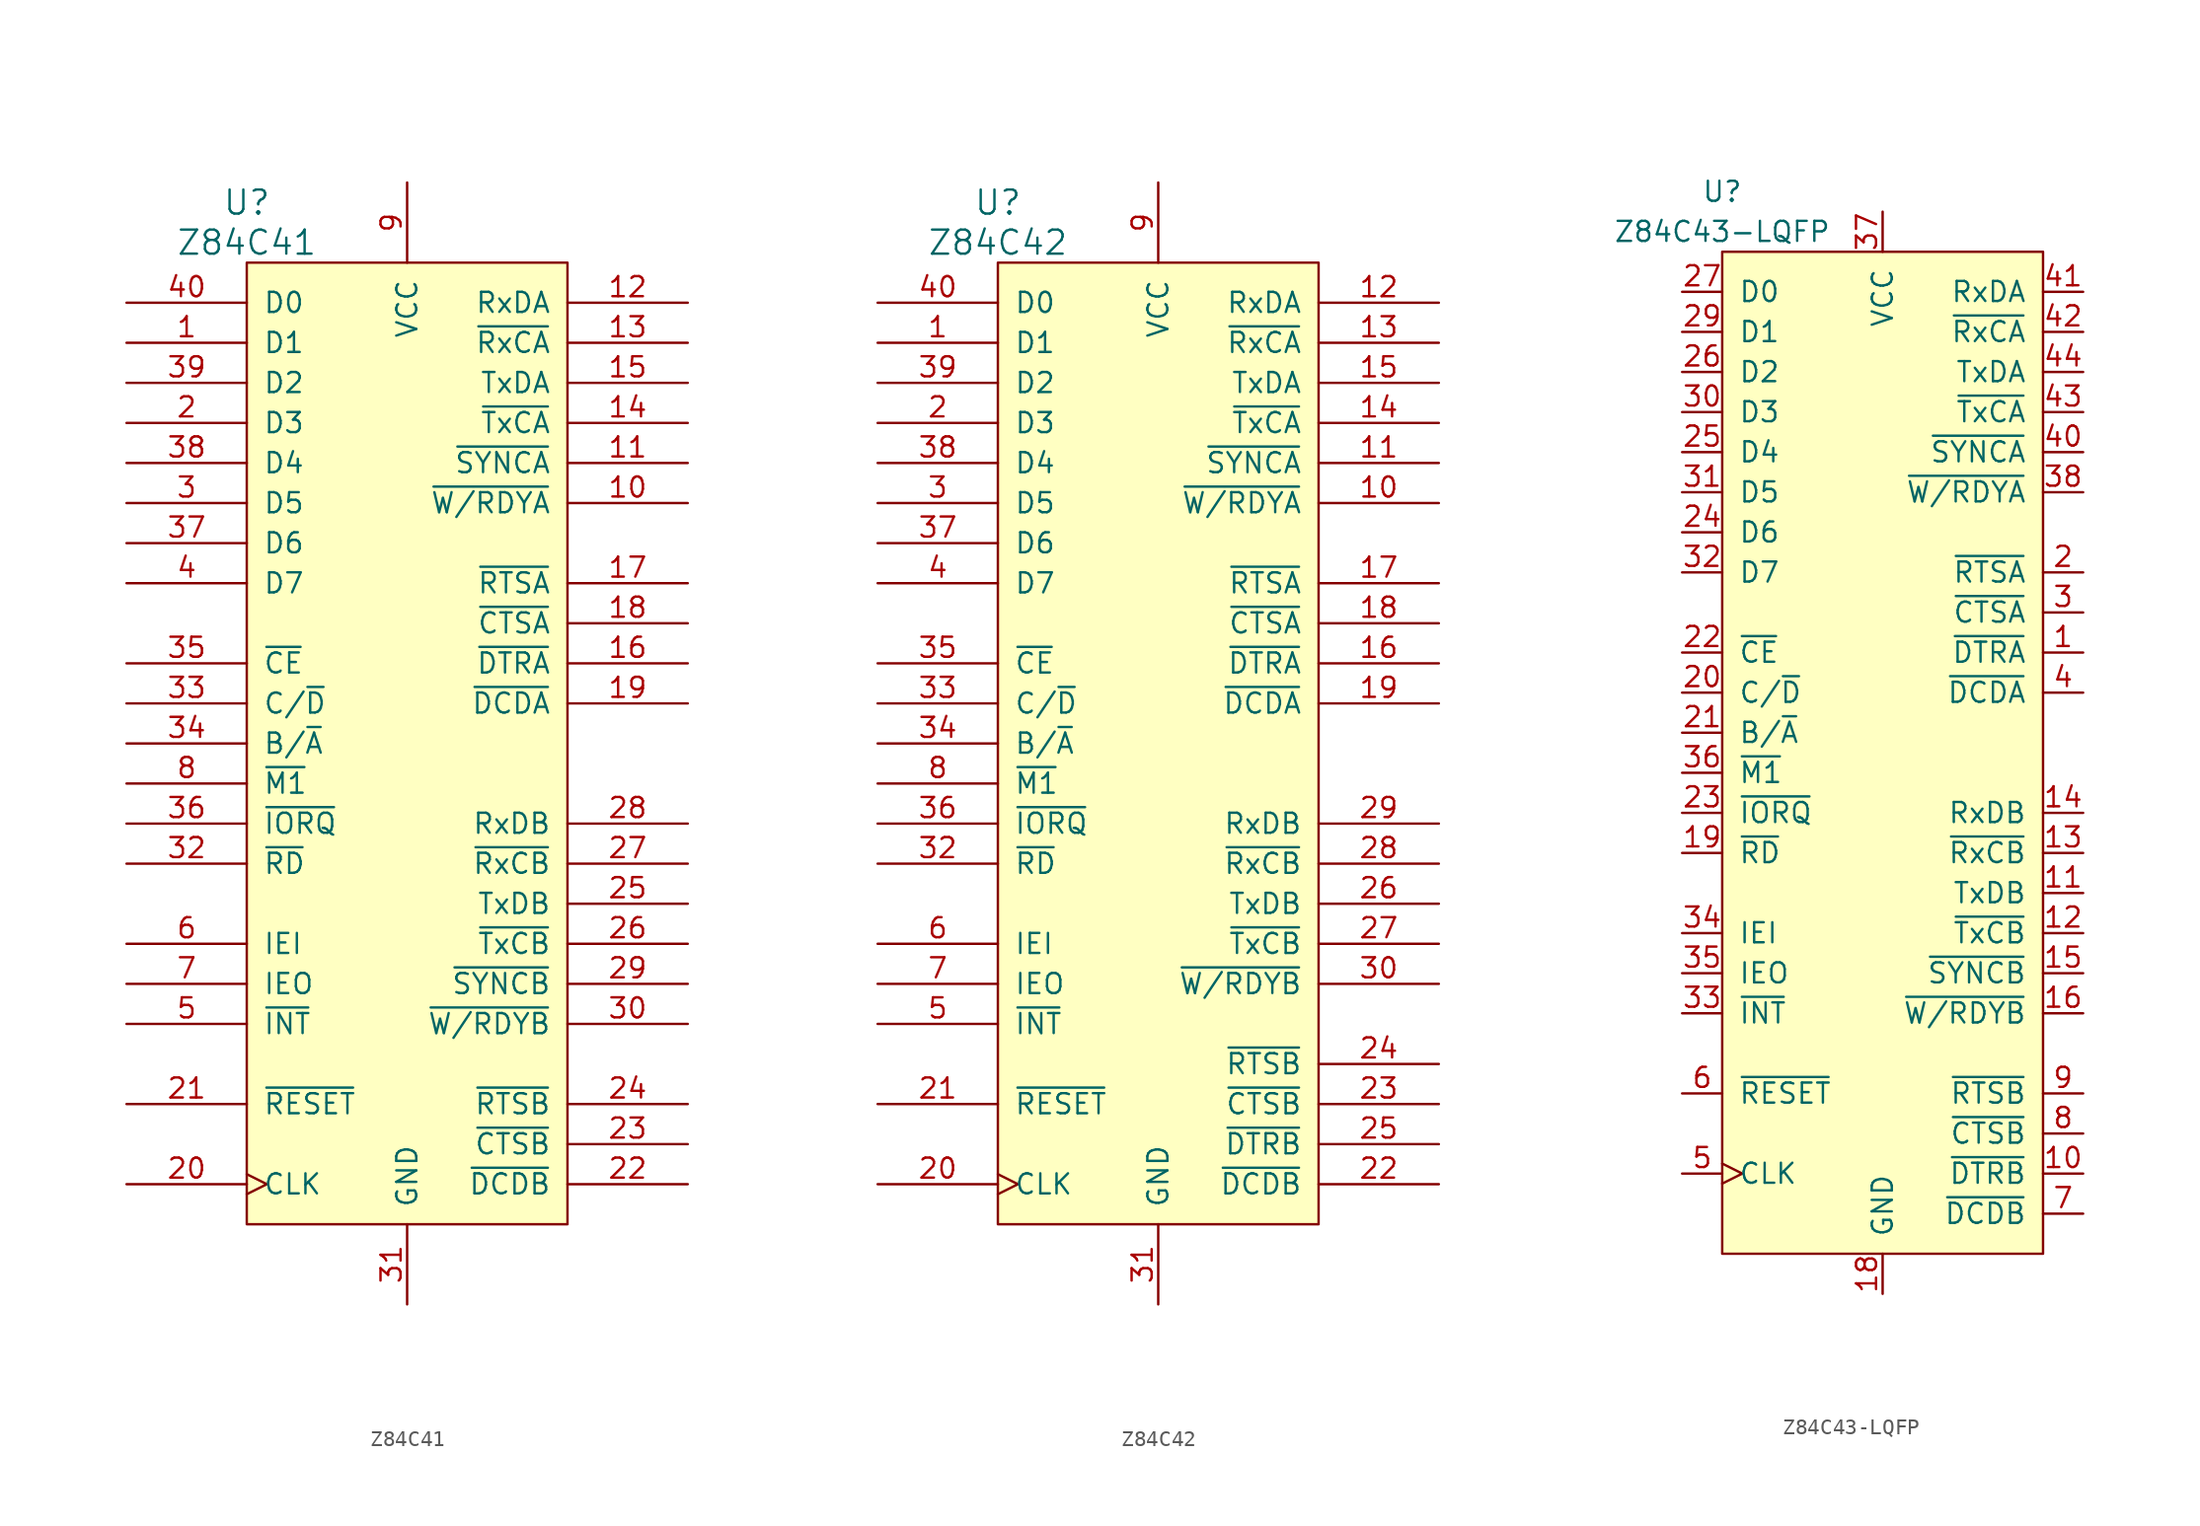
<source format=kicad_sym>
(kicad_symbol_lib
  (version 20211014)
  (generator kicad_symbol_editor)
  (symbol "Z84C41"
    (pin_names
      (offset 1.016))
    (property "Reference" "U"
      (at -10.16 34.29 0)
      (effects (font (size 1.524 1.524))))
    (property "Value" "Z84C41"
      (at -10.16 31.75 0)
      (effects (font (size 1.524 1.524))))
    (property "Footprint" ""
      (at 0 -2.54 0)
      (effects (font (size 1.524 1.524))))
    (property "Datasheet" ""
      (at 0 -2.54 0)
      (effects (font (size 1.524 1.524))))
    (symbol "Z84C41_0_1"
      (rectangle (start -10.16 30.48) (end 10.16 -30.48) (stroke (width 0) (type default) (color 0 0 0 0)) (fill (type background))))
    (symbol "Z84C41_1_1"
      (pin bidirectional line (at -17.78 25.4 0) (length 7.62) (name "D1" (effects (font (size 1.27 1.27)))) (number "1" (effects (font (size 1.27 1.27)))))
      (pin output line (at 17.78 15.24 180) (length 7.62) (name "~{W/RDYA}" (effects (font (size 1.27 1.27)))) (number "10" (effects (font (size 1.27 1.27)))))
      (pin output line (at 17.78 17.78 180) (length 7.62) (name "~{SYNCA}" (effects (font (size 1.27 1.27)))) (number "11" (effects (font (size 1.27 1.27)))))
      (pin input line (at 17.78 27.94 180) (length 7.62) (name "RxDA" (effects (font (size 1.27 1.27)))) (number "12" (effects (font (size 1.27 1.27)))))
      (pin input line (at 17.78 25.4 180) (length 7.62) (name "~{RxCA}" (effects (font (size 1.27 1.27)))) (number "13" (effects (font (size 1.27 1.27)))))
      (pin input line (at 17.78 20.32 180) (length 7.62) (name "~{TxCA}" (effects (font (size 1.27 1.27)))) (number "14" (effects (font (size 1.27 1.27)))))
      (pin output line (at 17.78 22.86 180) (length 7.62) (name "TxDA" (effects (font (size 1.27 1.27)))) (number "15" (effects (font (size 1.27 1.27)))))
      (pin output line (at 17.78 5.08 180) (length 7.62) (name "~{DTRA}" (effects (font (size 1.27 1.27)))) (number "16" (effects (font (size 1.27 1.27)))))
      (pin output line (at 17.78 10.16 180) (length 7.62) (name "~{RTSA}" (effects (font (size 1.27 1.27)))) (number "17" (effects (font (size 1.27 1.27)))))
      (pin input line (at 17.78 7.62 180) (length 7.62) (name "~{CTSA}" (effects (font (size 1.27 1.27)))) (number "18" (effects (font (size 1.27 1.27)))))
      (pin input line (at 17.78 2.54 180) (length 7.62) (name "~{DCDA}" (effects (font (size 1.27 1.27)))) (number "19" (effects (font (size 1.27 1.27)))))
      (pin bidirectional line (at -17.78 20.32 0) (length 7.62) (name "D3" (effects (font (size 1.27 1.27)))) (number "2" (effects (font (size 1.27 1.27)))))
      (pin input clock (at -17.78 -27.94 0) (length 7.62) (name "CLK" (effects (font (size 1.27 1.27)))) (number "20" (effects (font (size 1.27 1.27)))))
      (pin input line (at -17.78 -22.86 0) (length 7.62) (name "~{RESET}" (effects (font (size 1.27 1.27)))) (number "21" (effects (font (size 1.27 1.27)))))
      (pin input line (at 17.78 -27.94 180) (length 7.62) (name "~{DCDB}" (effects (font (size 1.27 1.27)))) (number "22" (effects (font (size 1.27 1.27)))))
      (pin input line (at 17.78 -25.4 180) (length 7.62) (name "~{CTSB}" (effects (font (size 1.27 1.27)))) (number "23" (effects (font (size 1.27 1.27)))))
      (pin output line (at 17.78 -22.86 180) (length 7.62) (name "~{RTSB}" (effects (font (size 1.27 1.27)))) (number "24" (effects (font (size 1.27 1.27)))))
      (pin output line (at 17.78 -10.16 180) (length 7.62) (name "TxDB" (effects (font (size 1.27 1.27)))) (number "25" (effects (font (size 1.27 1.27)))))
      (pin input line (at 17.78 -12.7 180) (length 7.62) (name "~{TxCB}" (effects (font (size 1.27 1.27)))) (number "26" (effects (font (size 1.27 1.27)))))
      (pin input line (at 17.78 -7.62 180) (length 7.62) (name "~{RxCB}" (effects (font (size 1.27 1.27)))) (number "27" (effects (font (size 1.27 1.27)))))
      (pin input line (at 17.78 -5.08 180) (length 7.62) (name "RxDB" (effects (font (size 1.27 1.27)))) (number "28" (effects (font (size 1.27 1.27)))))
      (pin output line (at 17.78 -15.24 180) (length 7.62) (name "~{SYNCB}" (effects (font (size 1.27 1.27)))) (number "29" (effects (font (size 1.27 1.27)))))
      (pin bidirectional line (at -17.78 15.24 0) (length 7.62) (name "D5" (effects (font (size 1.27 1.27)))) (number "3" (effects (font (size 1.27 1.27)))))
      (pin output line (at 17.78 -17.78 180) (length 7.62) (name "~{W/RDYB}" (effects (font (size 1.27 1.27)))) (number "30" (effects (font (size 1.27 1.27)))))
      (pin power_in line (at 0 -35.56 90) (length 5.08) (name "GND" (effects (font (size 1.27 1.27)))) (number "31" (effects (font (size 1.27 1.27)))))
      (pin input line (at -17.78 -7.62 0) (length 7.62) (name "~{RD}" (effects (font (size 1.27 1.27)))) (number "32" (effects (font (size 1.27 1.27)))))
      (pin input line (at -17.78 2.54 0) (length 7.62) (name "C/~{D}" (effects (font (size 1.27 1.27)))) (number "33" (effects (font (size 1.27 1.27)))))
      (pin input line (at -17.78 0 0) (length 7.62) (name "B/~{A}" (effects (font (size 1.27 1.27)))) (number "34" (effects (font (size 1.27 1.27)))))
      (pin input line (at -17.78 5.08 0) (length 7.62) (name "~{CE}" (effects (font (size 1.27 1.27)))) (number "35" (effects (font (size 1.27 1.27)))))
      (pin input line (at -17.78 -5.08 0) (length 7.62) (name "~{IORQ}" (effects (font (size 1.27 1.27)))) (number "36" (effects (font (size 1.27 1.27)))))
      (pin bidirectional line (at -17.78 12.7 0) (length 7.62) (name "D6" (effects (font (size 1.27 1.27)))) (number "37" (effects (font (size 1.27 1.27)))))
      (pin bidirectional line (at -17.78 17.78 0) (length 7.62) (name "D4" (effects (font (size 1.27 1.27)))) (number "38" (effects (font (size 1.27 1.27)))))
      (pin bidirectional line (at -17.78 22.86 0) (length 7.62) (name "D2" (effects (font (size 1.27 1.27)))) (number "39" (effects (font (size 1.27 1.27)))))
      (pin bidirectional line (at -17.78 10.16 0) (length 7.62) (name "D7" (effects (font (size 1.27 1.27)))) (number "4" (effects (font (size 1.27 1.27)))))
      (pin bidirectional line (at -17.78 27.94 0) (length 7.62) (name "D0" (effects (font (size 1.27 1.27)))) (number "40" (effects (font (size 1.27 1.27)))))
      (pin open_collector line (at -17.78 -17.78 0) (length 7.62) (name "~{INT}" (effects (font (size 1.27 1.27)))) (number "5" (effects (font (size 1.27 1.27)))))
      (pin input line (at -17.78 -12.7 0) (length 7.62) (name "IEI" (effects (font (size 1.27 1.27)))) (number "6" (effects (font (size 1.27 1.27)))))
      (pin output line (at -17.78 -15.24 0) (length 7.62) (name "IEO" (effects (font (size 1.27 1.27)))) (number "7" (effects (font (size 1.27 1.27)))))
      (pin input line (at -17.78 -2.54 0) (length 7.62) (name "~{M1}" (effects (font (size 1.27 1.27)))) (number "8" (effects (font (size 1.27 1.27)))))
      (pin power_in line (at 0 35.56 270) (length 5.08) (name "VCC" (effects (font (size 1.27 1.27)))) (number "9" (effects (font (size 1.27 1.27)))))))
  (symbol "Z84C42"
    (pin_names
      (offset 1.016))
    (property "Reference" "U"
      (at -10.16 34.29 0)
      (effects (font (size 1.524 1.524))))
    (property "Value" "Z84C42"
      (at -10.16 31.75 0)
      (effects (font (size 1.524 1.524))))
    (property "Footprint" ""
      (at 0 -2.54 0)
      (effects (font (size 1.524 1.524))))
    (property "Datasheet" ""
      (at 0 -2.54 0)
      (effects (font (size 1.524 1.524))))
    (symbol "Z84C42_0_1"
      (rectangle (start -10.16 30.48) (end 10.16 -30.48) (stroke (width 0) (type default) (color 0 0 0 0)) (fill (type background))))
    (symbol "Z84C42_1_1"
      (pin bidirectional line (at -17.78 25.4 0) (length 7.62) (name "D1" (effects (font (size 1.27 1.27)))) (number "1" (effects (font (size 1.27 1.27)))))
      (pin output line (at 17.78 15.24 180) (length 7.62) (name "~{W/RDYA}" (effects (font (size 1.27 1.27)))) (number "10" (effects (font (size 1.27 1.27)))))
      (pin output line (at 17.78 17.78 180) (length 7.62) (name "~{SYNCA}" (effects (font (size 1.27 1.27)))) (number "11" (effects (font (size 1.27 1.27)))))
      (pin input line (at 17.78 27.94 180) (length 7.62) (name "RxDA" (effects (font (size 1.27 1.27)))) (number "12" (effects (font (size 1.27 1.27)))))
      (pin input line (at 17.78 25.4 180) (length 7.62) (name "~{RxCA}" (effects (font (size 1.27 1.27)))) (number "13" (effects (font (size 1.27 1.27)))))
      (pin input line (at 17.78 20.32 180) (length 7.62) (name "~{TxCA}" (effects (font (size 1.27 1.27)))) (number "14" (effects (font (size 1.27 1.27)))))
      (pin output line (at 17.78 22.86 180) (length 7.62) (name "TxDA" (effects (font (size 1.27 1.27)))) (number "15" (effects (font (size 1.27 1.27)))))
      (pin output line (at 17.78 5.08 180) (length 7.62) (name "~{DTRA}" (effects (font (size 1.27 1.27)))) (number "16" (effects (font (size 1.27 1.27)))))
      (pin output line (at 17.78 10.16 180) (length 7.62) (name "~{RTSA}" (effects (font (size 1.27 1.27)))) (number "17" (effects (font (size 1.27 1.27)))))
      (pin input line (at 17.78 7.62 180) (length 7.62) (name "~{CTSA}" (effects (font (size 1.27 1.27)))) (number "18" (effects (font (size 1.27 1.27)))))
      (pin input line (at 17.78 2.54 180) (length 7.62) (name "~{DCDA}" (effects (font (size 1.27 1.27)))) (number "19" (effects (font (size 1.27 1.27)))))
      (pin bidirectional line (at -17.78 20.32 0) (length 7.62) (name "D3" (effects (font (size 1.27 1.27)))) (number "2" (effects (font (size 1.27 1.27)))))
      (pin input clock (at -17.78 -27.94 0) (length 7.62) (name "CLK" (effects (font (size 1.27 1.27)))) (number "20" (effects (font (size 1.27 1.27)))))
      (pin input line (at -17.78 -22.86 0) (length 7.62) (name "~{RESET}" (effects (font (size 1.27 1.27)))) (number "21" (effects (font (size 1.27 1.27)))))
      (pin input line (at 17.78 -27.94 180) (length 7.62) (name "~{DCDB}" (effects (font (size 1.27 1.27)))) (number "22" (effects (font (size 1.27 1.27)))))
      (pin input line (at 17.78 -22.86 180) (length 7.62) (name "~{CTSB}" (effects (font (size 1.27 1.27)))) (number "23" (effects (font (size 1.27 1.27)))))
      (pin output line (at 17.78 -20.32 180) (length 7.62) (name "~{RTSB}" (effects (font (size 1.27 1.27)))) (number "24" (effects (font (size 1.27 1.27)))))
      (pin output line (at 17.78 -25.4 180) (length 7.62) (name "~{DTRB}" (effects (font (size 1.27 1.27)))) (number "25" (effects (font (size 1.27 1.27)))))
      (pin output line (at 17.78 -10.16 180) (length 7.62) (name "TxDB" (effects (font (size 1.27 1.27)))) (number "26" (effects (font (size 1.27 1.27)))))
      (pin input line (at 17.78 -12.7 180) (length 7.62) (name "~{TxCB}" (effects (font (size 1.27 1.27)))) (number "27" (effects (font (size 1.27 1.27)))))
      (pin input line (at 17.78 -7.62 180) (length 7.62) (name "~{RxCB}" (effects (font (size 1.27 1.27)))) (number "28" (effects (font (size 1.27 1.27)))))
      (pin input line (at 17.78 -5.08 180) (length 7.62) (name "RxDB" (effects (font (size 1.27 1.27)))) (number "29" (effects (font (size 1.27 1.27)))))
      (pin bidirectional line (at -17.78 15.24 0) (length 7.62) (name "D5" (effects (font (size 1.27 1.27)))) (number "3" (effects (font (size 1.27 1.27)))))
      (pin output line (at 17.78 -15.24 180) (length 7.62) (name "~{W/RDYB}" (effects (font (size 1.27 1.27)))) (number "30" (effects (font (size 1.27 1.27)))))
      (pin power_in line (at 0 -35.56 90) (length 5.08) (name "GND" (effects (font (size 1.27 1.27)))) (number "31" (effects (font (size 1.27 1.27)))))
      (pin input line (at -17.78 -7.62 0) (length 7.62) (name "~{RD}" (effects (font (size 1.27 1.27)))) (number "32" (effects (font (size 1.27 1.27)))))
      (pin input line (at -17.78 2.54 0) (length 7.62) (name "C/~{D}" (effects (font (size 1.27 1.27)))) (number "33" (effects (font (size 1.27 1.27)))))
      (pin input line (at -17.78 0 0) (length 7.62) (name "B/~{A}" (effects (font (size 1.27 1.27)))) (number "34" (effects (font (size 1.27 1.27)))))
      (pin input line (at -17.78 5.08 0) (length 7.62) (name "~{CE}" (effects (font (size 1.27 1.27)))) (number "35" (effects (font (size 1.27 1.27)))))
      (pin input line (at -17.78 -5.08 0) (length 7.62) (name "~{IORQ}" (effects (font (size 1.27 1.27)))) (number "36" (effects (font (size 1.27 1.27)))))
      (pin bidirectional line (at -17.78 12.7 0) (length 7.62) (name "D6" (effects (font (size 1.27 1.27)))) (number "37" (effects (font (size 1.27 1.27)))))
      (pin bidirectional line (at -17.78 17.78 0) (length 7.62) (name "D4" (effects (font (size 1.27 1.27)))) (number "38" (effects (font (size 1.27 1.27)))))
      (pin bidirectional line (at -17.78 22.86 0) (length 7.62) (name "D2" (effects (font (size 1.27 1.27)))) (number "39" (effects (font (size 1.27 1.27)))))
      (pin bidirectional line (at -17.78 10.16 0) (length 7.62) (name "D7" (effects (font (size 1.27 1.27)))) (number "4" (effects (font (size 1.27 1.27)))))
      (pin bidirectional line (at -17.78 27.94 0) (length 7.62) (name "D0" (effects (font (size 1.27 1.27)))) (number "40" (effects (font (size 1.27 1.27)))))
      (pin open_collector line (at -17.78 -17.78 0) (length 7.62) (name "~{INT}" (effects (font (size 1.27 1.27)))) (number "5" (effects (font (size 1.27 1.27)))))
      (pin input line (at -17.78 -12.7 0) (length 7.62) (name "IEI" (effects (font (size 1.27 1.27)))) (number "6" (effects (font (size 1.27 1.27)))))
      (pin output line (at -17.78 -15.24 0) (length 7.62) (name "IEO" (effects (font (size 1.27 1.27)))) (number "7" (effects (font (size 1.27 1.27)))))
      (pin input line (at -17.78 -2.54 0) (length 7.62) (name "~{M1}" (effects (font (size 1.27 1.27)))) (number "8" (effects (font (size 1.27 1.27)))))
      (pin power_in line (at 0 35.56 270) (length 5.08) (name "VCC" (effects (font (size 1.27 1.27)))) (number "9" (effects (font (size 1.27 1.27)))))))
  (symbol "Z84C43-LQFP"
    (pin_names
      (offset 1.016))
    (property "Reference" "U"
      (at -10.16 35.56 0)
      (effects (font (size 1.27 1.27))))
    (property "Value" "Z84C43-LQFP"
      (at -10.16 33.02 0)
      (effects (font (size 1.27 1.27))))
    (property "Footprint" ""
      (at 0 -1.27 0)
      (effects (font (size 1.524 1.524))))
    (property "Datasheet" ""
      (at 0 -1.27 0)
      (effects (font (size 1.524 1.524))))
    (symbol "Z84C43-LQFP_0_1"
      (rectangle (start -10.16 31.75) (end 10.16 -31.75) (stroke (width 0) (type default) (color 0 0 0 0)) (fill (type background))))
    (symbol "Z84C43-LQFP_1_1"
      (pin output line (at 12.7 6.35 180) (length 2.54) (name "~{DTRA}" (effects (font (size 1.27 1.27)))) (number "1" (effects (font (size 1.27 1.27)))))
      (pin output line (at 12.7 -26.67 180) (length 2.54) (name "~{DTRB}" (effects (font (size 1.27 1.27)))) (number "10" (effects (font (size 1.27 1.27)))))
      (pin output line (at 12.7 -8.89 180) (length 2.54) (name "TxDB" (effects (font (size 1.27 1.27)))) (number "11" (effects (font (size 1.27 1.27)))))
      (pin input line (at 12.7 -11.43 180) (length 2.54) (name "~{TxCB}" (effects (font (size 1.27 1.27)))) (number "12" (effects (font (size 1.27 1.27)))))
      (pin input line (at 12.7 -6.35 180) (length 2.54) (name "~{RxCB}" (effects (font (size 1.27 1.27)))) (number "13" (effects (font (size 1.27 1.27)))))
      (pin input line (at 12.7 -3.81 180) (length 2.54) (name "RxDB" (effects (font (size 1.27 1.27)))) (number "14" (effects (font (size 1.27 1.27)))))
      (pin output line (at 12.7 -13.97 180) (length 2.54) (name "~{SYNCB}" (effects (font (size 1.27 1.27)))) (number "15" (effects (font (size 1.27 1.27)))))
      (pin output line (at 12.7 -16.51 180) (length 2.54) (name "~{W/RDYB}" (effects (font (size 1.27 1.27)))) (number "16" (effects (font (size 1.27 1.27)))))
      (pin no_connect line (at 10.16 1.27 180) (length 0) hide (name "NC" (effects (font (size 1.27 1.27)))) (number "17" (effects (font (size 1.27 1.27)))))
      (pin power_in line (at 0 -34.29 90) (length 2.54) (name "GND" (effects (font (size 1.27 1.27)))) (number "18" (effects (font (size 1.27 1.27)))))
      (pin input line (at -12.7 -6.35 0) (length 2.54) (name "~{RD}" (effects (font (size 1.27 1.27)))) (number "19" (effects (font (size 1.27 1.27)))))
      (pin output line (at 12.7 11.43 180) (length 2.54) (name "~{RTSA}" (effects (font (size 1.27 1.27)))) (number "2" (effects (font (size 1.27 1.27)))))
      (pin input line (at -12.7 3.81 0) (length 2.54) (name "C/~{D}" (effects (font (size 1.27 1.27)))) (number "20" (effects (font (size 1.27 1.27)))))
      (pin input line (at -12.7 1.27 0) (length 2.54) (name "B/~{A}" (effects (font (size 1.27 1.27)))) (number "21" (effects (font (size 1.27 1.27)))))
      (pin input line (at -12.7 6.35 0) (length 2.54) (name "~{CE}" (effects (font (size 1.27 1.27)))) (number "22" (effects (font (size 1.27 1.27)))))
      (pin input line (at -12.7 -3.81 0) (length 2.54) (name "~{IORQ}" (effects (font (size 1.27 1.27)))) (number "23" (effects (font (size 1.27 1.27)))))
      (pin bidirectional line (at -12.7 13.97 0) (length 2.54) (name "D6" (effects (font (size 1.27 1.27)))) (number "24" (effects (font (size 1.27 1.27)))))
      (pin bidirectional line (at -12.7 19.05 0) (length 2.54) (name "D4" (effects (font (size 1.27 1.27)))) (number "25" (effects (font (size 1.27 1.27)))))
      (pin bidirectional line (at -12.7 24.13 0) (length 2.54) (name "D2" (effects (font (size 1.27 1.27)))) (number "26" (effects (font (size 1.27 1.27)))))
      (pin bidirectional line (at -12.7 29.21 0) (length 2.54) (name "D0" (effects (font (size 1.27 1.27)))) (number "27" (effects (font (size 1.27 1.27)))))
      (pin no_connect line (at 10.16 -1.27 180) (length 0) hide (name "NC" (effects (font (size 1.27 1.27)))) (number "28" (effects (font (size 1.27 1.27)))))
      (pin bidirectional line (at -12.7 26.67 0) (length 2.54) (name "D1" (effects (font (size 1.27 1.27)))) (number "29" (effects (font (size 1.27 1.27)))))
      (pin input line (at 12.7 8.89 180) (length 2.54) (name "~{CTSA}" (effects (font (size 1.27 1.27)))) (number "3" (effects (font (size 1.27 1.27)))))
      (pin bidirectional line (at -12.7 21.59 0) (length 2.54) (name "D3" (effects (font (size 1.27 1.27)))) (number "30" (effects (font (size 1.27 1.27)))))
      (pin bidirectional line (at -12.7 16.51 0) (length 2.54) (name "D5" (effects (font (size 1.27 1.27)))) (number "31" (effects (font (size 1.27 1.27)))))
      (pin bidirectional line (at -12.7 11.43 0) (length 2.54) (name "D7" (effects (font (size 1.27 1.27)))) (number "32" (effects (font (size 1.27 1.27)))))
      (pin open_collector line (at -12.7 -16.51 0) (length 2.54) (name "~{INT}" (effects (font (size 1.27 1.27)))) (number "33" (effects (font (size 1.27 1.27)))))
      (pin input line (at -12.7 -11.43 0) (length 2.54) (name "IEI" (effects (font (size 1.27 1.27)))) (number "34" (effects (font (size 1.27 1.27)))))
      (pin output line (at -12.7 -13.97 0) (length 2.54) (name "IEO" (effects (font (size 1.27 1.27)))) (number "35" (effects (font (size 1.27 1.27)))))
      (pin input line (at -12.7 -1.27 0) (length 2.54) (name "~{M1}" (effects (font (size 1.27 1.27)))) (number "36" (effects (font (size 1.27 1.27)))))
      (pin power_in line (at 0 34.29 270) (length 2.54) (name "VCC" (effects (font (size 1.27 1.27)))) (number "37" (effects (font (size 1.27 1.27)))))
      (pin output line (at 12.7 16.51 180) (length 2.54) (name "~{W/RDYA}" (effects (font (size 1.27 1.27)))) (number "38" (effects (font (size 1.27 1.27)))))
      (pin no_connect line (at 10.16 13.97 180) (length 0) hide (name "NC" (effects (font (size 1.27 1.27)))) (number "39" (effects (font (size 1.27 1.27)))))
      (pin input line (at 12.7 3.81 180) (length 2.54) (name "~{DCDA}" (effects (font (size 1.27 1.27)))) (number "4" (effects (font (size 1.27 1.27)))))
      (pin output line (at 12.7 19.05 180) (length 2.54) (name "~{SYNCA}" (effects (font (size 1.27 1.27)))) (number "40" (effects (font (size 1.27 1.27)))))
      (pin input line (at 12.7 29.21 180) (length 2.54) (name "RxDA" (effects (font (size 1.27 1.27)))) (number "41" (effects (font (size 1.27 1.27)))))
      (pin input line (at 12.7 26.67 180) (length 2.54) (name "~{RxCA}" (effects (font (size 1.27 1.27)))) (number "42" (effects (font (size 1.27 1.27)))))
      (pin input line (at 12.7 21.59 180) (length 2.54) (name "~{TxCA}" (effects (font (size 1.27 1.27)))) (number "43" (effects (font (size 1.27 1.27)))))
      (pin output line (at 12.7 24.13 180) (length 2.54) (name "TxDA" (effects (font (size 1.27 1.27)))) (number "44" (effects (font (size 1.27 1.27)))))
      (pin input clock (at -12.7 -26.67 0) (length 2.54) (name "CLK" (effects (font (size 1.27 1.27)))) (number "5" (effects (font (size 1.27 1.27)))))
      (pin input line (at -12.7 -21.59 0) (length 2.54) (name "~{RESET}" (effects (font (size 1.27 1.27)))) (number "6" (effects (font (size 1.27 1.27)))))
      (pin input line (at 12.7 -29.21 180) (length 2.54) (name "~{DCDB}" (effects (font (size 1.27 1.27)))) (number "7" (effects (font (size 1.27 1.27)))))
      (pin input line (at 12.7 -24.13 180) (length 2.54) (name "~{CTSB}" (effects (font (size 1.27 1.27)))) (number "8" (effects (font (size 1.27 1.27)))))
      (pin output line (at 12.7 -21.59 180) (length 2.54) (name "~{RTSB}" (effects (font (size 1.27 1.27)))) (number "9" (effects (font (size 1.27 1.27))))))))
</source>
